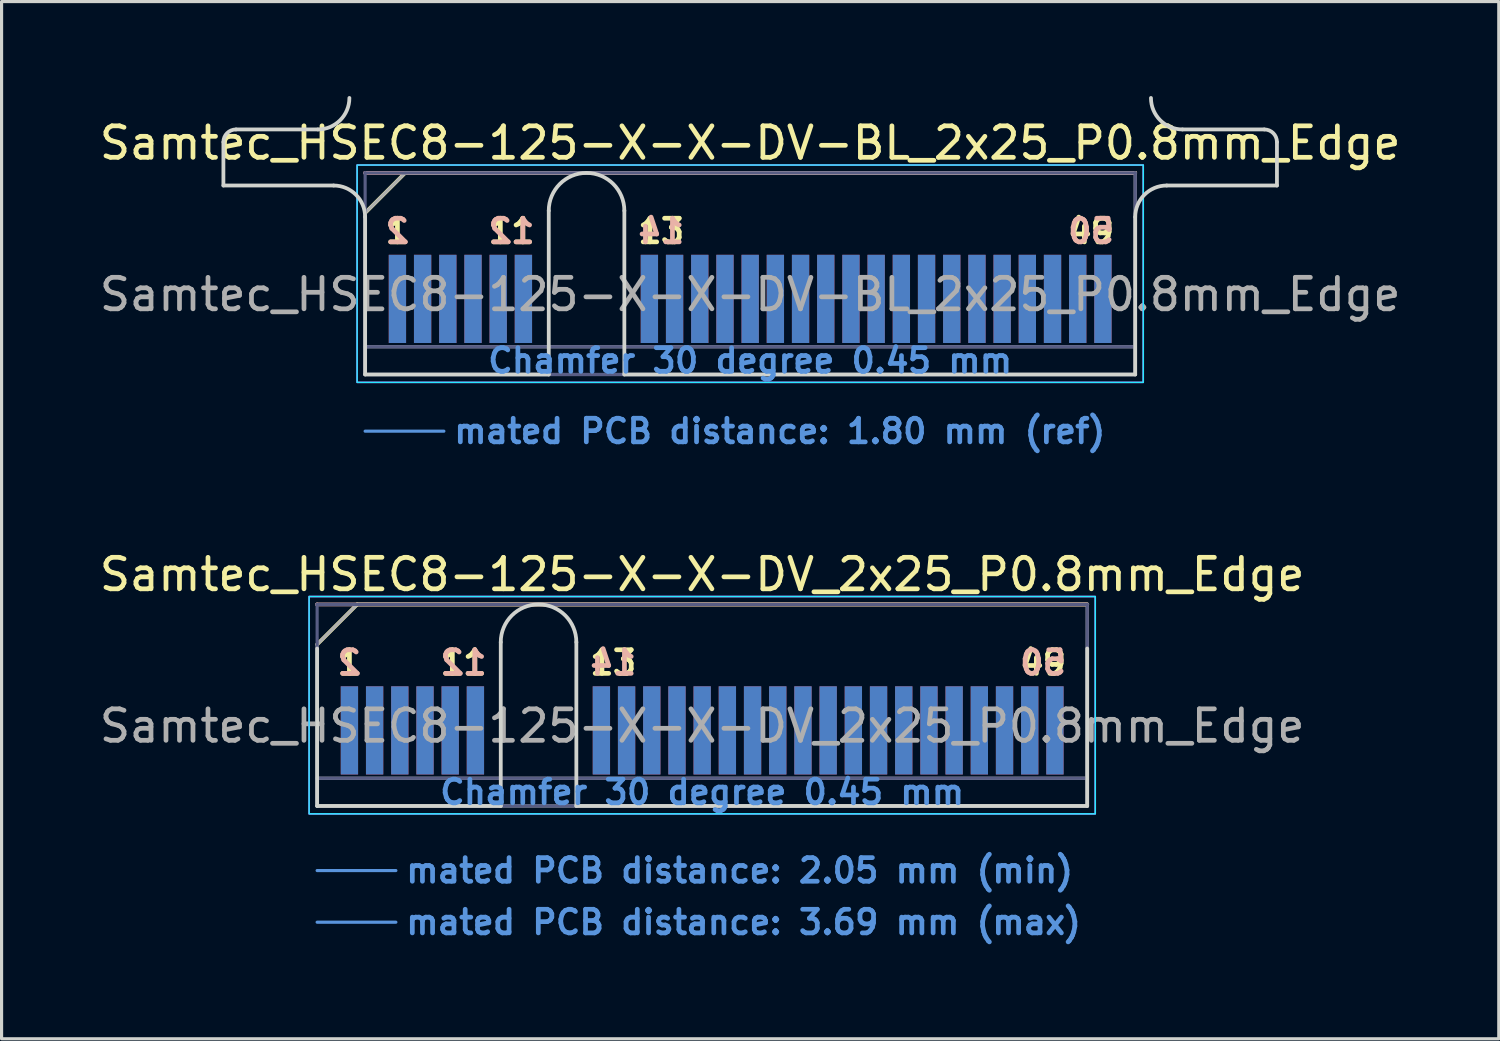
<source format=kicad_pcb>
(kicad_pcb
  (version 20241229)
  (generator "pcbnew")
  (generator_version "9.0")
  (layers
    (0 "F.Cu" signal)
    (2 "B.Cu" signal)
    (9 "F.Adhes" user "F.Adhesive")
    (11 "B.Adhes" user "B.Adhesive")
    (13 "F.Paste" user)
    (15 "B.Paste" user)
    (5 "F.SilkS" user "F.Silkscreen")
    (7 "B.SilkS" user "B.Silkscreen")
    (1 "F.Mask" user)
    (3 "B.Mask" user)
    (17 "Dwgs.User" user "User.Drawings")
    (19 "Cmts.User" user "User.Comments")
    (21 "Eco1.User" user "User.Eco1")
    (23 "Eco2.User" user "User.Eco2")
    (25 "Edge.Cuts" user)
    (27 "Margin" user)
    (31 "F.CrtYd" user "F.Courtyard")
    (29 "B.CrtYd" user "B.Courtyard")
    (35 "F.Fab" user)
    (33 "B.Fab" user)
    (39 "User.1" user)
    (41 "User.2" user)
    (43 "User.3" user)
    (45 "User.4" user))
  (footprint "Samtec_HSEC8-125-X-X-DV_2x25_P0.8mm_Edge"
    (layer "F.Cu")
    (at 19.244 22.54)
    (property "Reference" "Samtec_HSEC8-125-X-X-DV_2x25_P0.8mm_Edge" (at 0 -7.35 0) (layer "F.SilkS") (effects (font (size 1 1) (thickness 0.15))))
    (attr exclude_from_pos_files exclude_from_bom)
    (fp_line (start -12.225 -5.13) (end -10.955 -6.4) (stroke (width 0.12) (type solid)) (layer "F.SilkS"))
    (fp_line (start -10.955 -6.4) (end 12.225 -6.4) (stroke (width 0.12) (type solid)) (layer "F.SilkS"))
    (fp_line (start -12.225 -6.4) (end -12.225 -6.4) (stroke (width 0.12) (type solid)) (layer "B.SilkS"))
    (fp_line (start -12.225 -6.4) (end 12.225 -6.4) (stroke (width 0.12) (type solid)) (layer "B.SilkS"))
    (fp_line (start -12.225 2.05) (end -9.725 2.05) (stroke (width 0.1) (type solid)) (layer "Cmts.User"))
    (fp_line (start -12.225 3.69) (end -9.725 3.69) (stroke (width 0.1) (type solid)) (layer "Cmts.User"))
    (fp_line (start -12.225 -5) (end -12.225 0) (stroke (width 0.12) (type solid)) (layer "Edge.Cuts"))
    (fp_line (start -12.225 0) (end -6.395 0) (stroke (width 0.12) (type solid)) (layer "Edge.Cuts"))
    (fp_line (start -6.395 0) (end -6.395 -5.2) (stroke (width 0.12) (type solid)) (layer "Edge.Cuts"))
    (fp_line (start -3.995 -5.2) (end -3.995 0) (stroke (width 0.12) (type solid)) (layer "Edge.Cuts"))
    (fp_line (start -3.995 0) (end 12.225 0) (stroke (width 0.12) (type solid)) (layer "Edge.Cuts"))
    (fp_line (start 12.225 0) (end 12.225 -5) (stroke (width 0.12) (type solid)) (layer "Edge.Cuts"))
    (fp_arc (start -6.395 -5.2) (mid -5.195 -6.4) (end -3.995 -5.2) (stroke (width 0.12) (type solid)) (layer "Edge.Cuts"))
    (fp_rect (start -12.48 -6.65) (end 12.48 0.25) (stroke (width 0.05) (type solid)) (fill no) (layer "B.CrtYd"))
    (fp_rect (start -12.48 -6.65) (end 12.48 0.25) (stroke (width 0.05) (type solid)) (fill no) (layer "F.CrtYd"))
    (fp_line (start -12.225 -6.4) (end -12.225 -6.4) (stroke (width 0.1) (type solid)) (layer "B.Fab"))
    (fp_line (start -12.225 -6.4) (end -12.225 0) (stroke (width 0.1) (type solid)) (layer "B.Fab"))
    (fp_line (start -12.225 -6.4) (end 12.225 -6.4) (stroke (width 0.1) (type solid)) (layer "B.Fab"))
    (fp_line (start -12.225 -0.88) (end 12.225 -0.88) (stroke (width 0.1) (type solid)) (layer "B.Fab"))
    (fp_line (start -12.225 0) (end 12.225 0) (stroke (width 0.1) (type solid)) (layer "B.Fab"))
    (fp_line (start 12.225 -6.4) (end 12.225 0) (stroke (width 0.1) (type solid)) (layer "B.Fab"))
    (fp_line (start -12.225 -5.13) (end -12.225 0) (stroke (width 0.1) (type solid)) (layer "F.Fab"))
    (fp_line (start -12.225 -5.13) (end -10.955 -6.4) (stroke (width 0.1) (type solid)) (layer "F.Fab"))
    (fp_line (start -12.225 -0.88) (end 12.225 -0.88) (stroke (width 0.1) (type solid)) (layer "F.Fab"))
    (fp_line (start -12.225 0) (end 12.225 0) (stroke (width 0.1) (type solid)) (layer "F.Fab"))
    (fp_line (start -10.955 -6.4) (end 12.225 -6.4) (stroke (width 0.1) (type solid)) (layer "F.Fab"))
    (fp_line (start 12.225 -6.4) (end 12.225 0) (stroke (width 0.1) (type solid)) (layer "F.Fab"))
    (fp_text user "49" (at 10.825 -4.55 0) (layer "F.SilkS") (effects (font (size 0.75 0.75) (thickness 0.15))))
    (fp_text user "1" (at -11.2 -4.55 0) (layer "F.SilkS") (effects (font (size 0.75 0.75) (thickness 0.15))))
    (fp_text user "11" (at -7.575 -4.55 0) (layer "F.SilkS") (effects (font (size 0.75 0.75) (thickness 0.15))))
    (fp_text user "13" (at -2.825 -4.55 0) (layer "F.SilkS") (effects (font (size 0.75 0.75) (thickness 0.15))))
    (fp_text user "50" (at 10.825 -4.55 0) (layer "B.SilkS") (effects (font (size 0.75 0.75) (thickness 0.15)) (justify mirror)))
    (fp_text user "12" (at -7.575 -4.55 0) (layer "B.SilkS") (effects (font (size 0.75 0.75) (thickness 0.15)) (justify mirror)))
    (fp_text user "2" (at -11.2 -4.55 0) (layer "B.SilkS") (effects (font (size 0.75 0.75) (thickness 0.15)) (justify mirror)))
    (fp_text user "14" (at -2.825 -4.55 0) (layer "B.SilkS") (effects (font (size 0.75 0.75) (thickness 0.15)) (justify mirror)))
    (fp_text user "Chamfer 30 degree 0.45 mm" (at 0 -0.44 0) (layer "Cmts.User") (effects (font (size 0.75 0.75) (thickness 0.15))))
    (fp_text user "mated PCB distance: 2.05 mm (min)" (at -9.48 2.05 0) (layer "Cmts.User") (effects (font (size 0.75 0.75) (thickness 0.15)) (justify left)))
    (fp_text user "mated PCB distance: 3.69 mm (max)" (at -9.48 3.69 0) (layer "Cmts.User") (effects (font (size 0.75 0.75) (thickness 0.15)) (justify left)))
    (fp_text user "${REFERENCE}" (at 0 -2.54 0) (layer "F.Fab") (effects (font (size 1 1) (thickness 0.15))))
    (pad "1" connect rect (at -11.2 -2.4) (size 0.55 2.8) (layers "F.Cu" "F.Mask"))
    (pad "2" connect rect (at -11.2 -2.4) (size 0.55 2.8) (layers "B.Cu" "B.Mask"))
    (pad "3" connect rect (at -10.4 -2.4) (size 0.55 2.8) (layers "F.Cu" "F.Mask"))
    (pad "4" connect rect (at -10.4 -2.4) (size 0.55 2.8) (layers "B.Cu" "B.Mask"))
    (pad "5" connect rect (at -9.6 -2.4) (size 0.55 2.8) (layers "F.Cu" "F.Mask"))
    (pad "6" connect rect (at -9.6 -2.4) (size 0.55 2.8) (layers "B.Cu" "B.Mask"))
    (pad "7" connect rect (at -8.8 -2.4) (size 0.55 2.8) (layers "F.Cu" "F.Mask"))
    (pad "8" connect rect (at -8.8 -2.4) (size 0.55 2.8) (layers "B.Cu" "B.Mask"))
    (pad "9" connect rect (at -8 -2.4) (size 0.55 2.8) (layers "F.Cu" "F.Mask"))
    (pad "10" connect rect (at -8 -2.4) (size 0.55 2.8) (layers "B.Cu" "B.Mask"))
    (pad "11" connect rect (at -7.2 -2.4) (size 0.55 2.8) (layers "F.Cu" "F.Mask"))
    (pad "12" connect rect (at -7.2 -2.4) (size 0.55 2.8) (layers "B.Cu" "B.Mask"))
    (pad "13" connect rect (at -3.2 -2.4) (size 0.55 2.8) (layers "F.Cu" "F.Mask"))
    (pad "14" connect rect (at -3.2 -2.4) (size 0.55 2.8) (layers "B.Cu" "B.Mask"))
    (pad "15" connect rect (at -2.4 -2.4) (size 0.55 2.8) (layers "F.Cu" "F.Mask"))
    (pad "16" connect rect (at -2.4 -2.4) (size 0.55 2.8) (layers "B.Cu" "B.Mask"))
    (pad "17" connect rect (at -1.6 -2.4) (size 0.55 2.8) (layers "F.Cu" "F.Mask"))
    (pad "18" connect rect (at -1.6 -2.4) (size 0.55 2.8) (layers "B.Cu" "B.Mask"))
    (pad "19" connect rect (at -0.8 -2.4) (size 0.55 2.8) (layers "F.Cu" "F.Mask"))
    (pad "20" connect rect (at -0.8 -2.4) (size 0.55 2.8) (layers "B.Cu" "B.Mask"))
    (pad "21" connect rect (at 0 -2.4) (size 0.55 2.8) (layers "F.Cu" "F.Mask"))
    (pad "22" connect rect (at 0 -2.4) (size 0.55 2.8) (layers "B.Cu" "B.Mask"))
    (pad "23" connect rect (at 0.8 -2.4) (size 0.55 2.8) (layers "F.Cu" "F.Mask"))
    (pad "24" connect rect (at 0.8 -2.4) (size 0.55 2.8) (layers "B.Cu" "B.Mask"))
    (pad "25" connect rect (at 1.6 -2.4) (size 0.55 2.8) (layers "F.Cu" "F.Mask"))
    (pad "26" connect rect (at 1.6 -2.4) (size 0.55 2.8) (layers "B.Cu" "B.Mask"))
    (pad "27" connect rect (at 2.4 -2.4) (size 0.55 2.8) (layers "F.Cu" "F.Mask"))
    (pad "28" connect rect (at 2.4 -2.4) (size 0.55 2.8) (layers "B.Cu" "B.Mask"))
    (pad "29" connect rect (at 3.2 -2.4) (size 0.55 2.8) (layers "F.Cu" "F.Mask"))
    (pad "30" connect rect (at 3.2 -2.4) (size 0.55 2.8) (layers "B.Cu" "B.Mask"))
    (pad "31" connect rect (at 4 -2.4) (size 0.55 2.8) (layers "F.Cu" "F.Mask"))
    (pad "32" connect rect (at 4 -2.4) (size 0.55 2.8) (layers "B.Cu" "B.Mask"))
    (pad "33" connect rect (at 4.8 -2.4) (size 0.55 2.8) (layers "F.Cu" "F.Mask"))
    (pad "34" connect rect (at 4.8 -2.4) (size 0.55 2.8) (layers "B.Cu" "B.Mask"))
    (pad "35" connect rect (at 5.6 -2.4) (size 0.55 2.8) (layers "F.Cu" "F.Mask"))
    (pad "36" connect rect (at 5.6 -2.4) (size 0.55 2.8) (layers "B.Cu" "B.Mask"))
    (pad "37" connect rect (at 6.4 -2.4) (size 0.55 2.8) (layers "F.Cu" "F.Mask"))
    (pad "38" connect rect (at 6.4 -2.4) (size 0.55 2.8) (layers "B.Cu" "B.Mask"))
    (pad "39" connect rect (at 7.2 -2.4) (size 0.55 2.8) (layers "F.Cu" "F.Mask"))
    (pad "40" connect rect (at 7.2 -2.4) (size 0.55 2.8) (layers "B.Cu" "B.Mask"))
    (pad "41" connect rect (at 8 -2.4) (size 0.55 2.8) (layers "F.Cu" "F.Mask"))
    (pad "42" connect rect (at 8 -2.4) (size 0.55 2.8) (layers "B.Cu" "B.Mask"))
    (pad "43" connect rect (at 8.8 -2.4) (size 0.55 2.8) (layers "F.Cu" "F.Mask"))
    (pad "44" connect rect (at 8.8 -2.4) (size 0.55 2.8) (layers "B.Cu" "B.Mask"))
    (pad "45" connect rect (at 9.6 -2.4) (size 0.55 2.8) (layers "F.Cu" "F.Mask"))
    (pad "46" connect rect (at 9.6 -2.4) (size 0.55 2.8) (layers "B.Cu" "B.Mask"))
    (pad "47" connect rect (at 10.4 -2.4) (size 0.55 2.8) (layers "F.Cu" "F.Mask"))
    (pad "48" connect rect (at 10.4 -2.4) (size 0.55 2.8) (layers "B.Cu" "B.Mask"))
    (pad "49" connect rect (at 11.2 -2.4) (size 0.55 2.8) (layers "F.Cu" "F.Mask"))
    (pad "50" connect rect (at 11.2 -2.4) (size 0.55 2.8) (layers "B.Cu" "B.Mask")))
  (footprint "Samtec_HSEC8-125-X-X-DV-BL_2x25_P0.8mm_Edge"
    (layer "F.Cu")
    (at 20.768 8.84)
    (property "Reference" "Samtec_HSEC8-125-X-X-DV-BL_2x25_P0.8mm_Edge" (at 0 -7.35 0) (layer "F.SilkS") (effects (font (size 1 1) (thickness 0.15))))
    (attr exclude_from_pos_files exclude_from_bom)
    (fp_line (start -12.225 -5.13) (end -10.955 -6.4) (stroke (width 0.12) (type solid)) (layer "F.SilkS"))
    (fp_line (start -10.955 -6.4) (end 12.225 -6.4) (stroke (width 0.12) (type solid)) (layer "F.SilkS"))
    (fp_line (start -12.225 -6.4) (end -12.225 -6.4) (stroke (width 0.12) (type solid)) (layer "B.SilkS"))
    (fp_line (start -12.225 -6.4) (end 12.225 -6.4) (stroke (width 0.12) (type solid)) (layer "B.SilkS"))
    (fp_line (start -12.225 1.8) (end -9.725 1.8) (stroke (width 0.1) (type solid)) (layer "Cmts.User"))
    (fp_line (start -16.725 -6) (end -16.725 -7.38) (stroke (width 0.12) (type solid)) (layer "Edge.Cuts"))
    (fp_line (start -16.325 -7.78) (end -13.725 -7.78) (stroke (width 0.12) (type solid)) (layer "Edge.Cuts"))
    (fp_line (start -13.225 -6) (end -16.725 -6) (stroke (width 0.12) (type solid)) (layer "Edge.Cuts"))
    (fp_line (start -12.225 -5) (end -12.225 0) (stroke (width 0.12) (type solid)) (layer "Edge.Cuts"))
    (fp_line (start -12.225 0) (end -6.395 0) (stroke (width 0.12) (type solid)) (layer "Edge.Cuts"))
    (fp_line (start -6.395 0) (end -6.395 -5.2) (stroke (width 0.12) (type solid)) (layer "Edge.Cuts"))
    (fp_line (start -3.995 -5.2) (end -3.995 0) (stroke (width 0.12) (type solid)) (layer "Edge.Cuts"))
    (fp_line (start -3.995 0) (end 12.225 0) (stroke (width 0.12) (type solid)) (layer "Edge.Cuts"))
    (fp_line (start 12.225 0) (end 12.225 -5) (stroke (width 0.12) (type solid)) (layer "Edge.Cuts"))
    (fp_line (start 13.225 -6) (end 16.725 -6) (stroke (width 0.12) (type solid)) (layer "Edge.Cuts"))
    (fp_line (start 16.325 -7.78) (end 13.725 -7.78) (stroke (width 0.12) (type solid)) (layer "Edge.Cuts"))
    (fp_line (start 16.725 -6) (end 16.725 -7.38) (stroke (width 0.12) (type solid)) (layer "Edge.Cuts"))
    (fp_arc (start -16.725 -7.38) (mid -16.607843 -7.662843) (end -16.325 -7.78) (stroke (width 0.12) (type solid)) (layer "Edge.Cuts"))
    (fp_arc (start -13.225 -6) (mid -12.517893 -5.707107) (end -12.225 -5) (stroke (width 0.12) (type solid)) (layer "Edge.Cuts"))
    (fp_arc (start -12.725 -8.78) (mid -13.017893 -8.072893) (end -13.725 -7.78) (stroke (width 0.12) (type solid)) (layer "Edge.Cuts"))
    (fp_arc (start -6.395 -5.2) (mid -5.195 -6.4) (end -3.995 -5.2) (stroke (width 0.12) (type solid)) (layer "Edge.Cuts"))
    (fp_arc (start 12.225 -5) (mid 12.517893 -5.707107) (end 13.225 -6) (stroke (width 0.12) (type solid)) (layer "Edge.Cuts"))
    (fp_arc (start 13.725 -7.78) (mid 13.017893 -8.072893) (end 12.725 -8.78) (stroke (width 0.12) (type solid)) (layer "Edge.Cuts"))
    (fp_arc (start 16.325 -7.78) (mid 16.607843 -7.662843) (end 16.725 -7.38) (stroke (width 0.12) (type solid)) (layer "Edge.Cuts"))
    (fp_rect (start -12.48 -6.65) (end 12.48 0.25) (stroke (width 0.05) (type solid)) (fill no) (layer "B.CrtYd"))
    (fp_rect (start -12.48 -6.65) (end 12.48 0.25) (stroke (width 0.05) (type solid)) (fill no) (layer "F.CrtYd"))
    (fp_line (start -12.225 -6.4) (end -12.225 -6.4) (stroke (width 0.1) (type solid)) (layer "B.Fab"))
    (fp_line (start -12.225 -6.4) (end -12.225 0) (stroke (width 0.1) (type solid)) (layer "B.Fab"))
    (fp_line (start -12.225 -6.4) (end 12.225 -6.4) (stroke (width 0.1) (type solid)) (layer "B.Fab"))
    (fp_line (start -12.225 -0.88) (end 12.225 -0.88) (stroke (width 0.1) (type solid)) (layer "B.Fab"))
    (fp_line (start -12.225 0) (end 12.225 0) (stroke (width 0.1) (type solid)) (layer "B.Fab"))
    (fp_line (start 12.225 -6.4) (end 12.225 0) (stroke (width 0.1) (type solid)) (layer "B.Fab"))
    (fp_line (start -12.225 -5.13) (end -12.225 0) (stroke (width 0.1) (type solid)) (layer "F.Fab"))
    (fp_line (start -12.225 -5.13) (end -10.955 -6.4) (stroke (width 0.1) (type solid)) (layer "F.Fab"))
    (fp_line (start -12.225 -0.88) (end 12.225 -0.88) (stroke (width 0.1) (type solid)) (layer "F.Fab"))
    (fp_line (start -12.225 0) (end 12.225 0) (stroke (width 0.1) (type solid)) (layer "F.Fab"))
    (fp_line (start -10.955 -6.4) (end 12.225 -6.4) (stroke (width 0.1) (type solid)) (layer "F.Fab"))
    (fp_line (start 12.225 -6.4) (end 12.225 0) (stroke (width 0.1) (type solid)) (layer "F.Fab"))
    (fp_text user "49" (at 10.825 -4.55 0) (layer "F.SilkS") (effects (font (size 0.75 0.75) (thickness 0.15))))
    (fp_text user "11" (at -7.575 -4.55 0) (layer "F.SilkS") (effects (font (size 0.75 0.75) (thickness 0.15))))
    (fp_text user "1" (at -11.2 -4.55 0) (layer "F.SilkS") (effects (font (size 0.75 0.75) (thickness 0.15))))
    (fp_text user "13" (at -2.825 -4.55 0) (layer "F.SilkS") (effects (font (size 0.75 0.75) (thickness 0.15))))
    (fp_text user "2" (at -11.2 -4.55 0) (layer "B.SilkS") (effects (font (size 0.75 0.75) (thickness 0.15)) (justify mirror)))
    (fp_text user "50" (at 10.825 -4.55 0) (layer "B.SilkS") (effects (font (size 0.75 0.75) (thickness 0.15)) (justify mirror)))
    (fp_text user "14" (at -2.825 -4.55 0) (layer "B.SilkS") (effects (font (size 0.75 0.75) (thickness 0.15)) (justify mirror)))
    (fp_text user "12" (at -7.575 -4.55 0) (layer "B.SilkS") (effects (font (size 0.75 0.75) (thickness 0.15)) (justify mirror)))
    (fp_text user "Chamfer 30 degree 0.45 mm" (at 0 -0.44 0) (layer "Cmts.User") (effects (font (size 0.75 0.75) (thickness 0.15))))
    (fp_text user "mated PCB distance: 1.80 mm (ref)" (at -9.48 1.8 0) (layer "Cmts.User") (effects (font (size 0.75 0.75) (thickness 0.15)) (justify left)))
    (fp_text user "${REFERENCE}" (at 0 -2.54 0) (layer "F.Fab") (effects (font (size 1 1) (thickness 0.15))))
    (pad "1" connect rect (at -11.2 -2.4) (size 0.55 2.8) (layers "F.Cu" "F.Mask"))
    (pad "2" connect rect (at -11.2 -2.4) (size 0.55 2.8) (layers "B.Cu" "B.Mask"))
    (pad "3" connect rect (at -10.4 -2.4) (size 0.55 2.8) (layers "F.Cu" "F.Mask"))
    (pad "4" connect rect (at -10.4 -2.4) (size 0.55 2.8) (layers "B.Cu" "B.Mask"))
    (pad "5" connect rect (at -9.6 -2.4) (size 0.55 2.8) (layers "F.Cu" "F.Mask"))
    (pad "6" connect rect (at -9.6 -2.4) (size 0.55 2.8) (layers "B.Cu" "B.Mask"))
    (pad "7" connect rect (at -8.8 -2.4) (size 0.55 2.8) (layers "F.Cu" "F.Mask"))
    (pad "8" connect rect (at -8.8 -2.4) (size 0.55 2.8) (layers "B.Cu" "B.Mask"))
    (pad "9" connect rect (at -8 -2.4) (size 0.55 2.8) (layers "F.Cu" "F.Mask"))
    (pad "10" connect rect (at -8 -2.4) (size 0.55 2.8) (layers "B.Cu" "B.Mask"))
    (pad "11" connect rect (at -7.2 -2.4) (size 0.55 2.8) (layers "F.Cu" "F.Mask"))
    (pad "12" connect rect (at -7.2 -2.4) (size 0.55 2.8) (layers "B.Cu" "B.Mask"))
    (pad "13" connect rect (at -3.2 -2.4) (size 0.55 2.8) (layers "F.Cu" "F.Mask"))
    (pad "14" connect rect (at -3.2 -2.4) (size 0.55 2.8) (layers "B.Cu" "B.Mask"))
    (pad "15" connect rect (at -2.4 -2.4) (size 0.55 2.8) (layers "F.Cu" "F.Mask"))
    (pad "16" connect rect (at -2.4 -2.4) (size 0.55 2.8) (layers "B.Cu" "B.Mask"))
    (pad "17" connect rect (at -1.6 -2.4) (size 0.55 2.8) (layers "F.Cu" "F.Mask"))
    (pad "18" connect rect (at -1.6 -2.4) (size 0.55 2.8) (layers "B.Cu" "B.Mask"))
    (pad "19" connect rect (at -0.8 -2.4) (size 0.55 2.8) (layers "F.Cu" "F.Mask"))
    (pad "20" connect rect (at -0.8 -2.4) (size 0.55 2.8) (layers "B.Cu" "B.Mask"))
    (pad "21" connect rect (at 0 -2.4) (size 0.55 2.8) (layers "F.Cu" "F.Mask"))
    (pad "22" connect rect (at 0 -2.4) (size 0.55 2.8) (layers "B.Cu" "B.Mask"))
    (pad "23" connect rect (at 0.8 -2.4) (size 0.55 2.8) (layers "F.Cu" "F.Mask"))
    (pad "24" connect rect (at 0.8 -2.4) (size 0.55 2.8) (layers "B.Cu" "B.Mask"))
    (pad "25" connect rect (at 1.6 -2.4) (size 0.55 2.8) (layers "F.Cu" "F.Mask"))
    (pad "26" connect rect (at 1.6 -2.4) (size 0.55 2.8) (layers "B.Cu" "B.Mask"))
    (pad "27" connect rect (at 2.4 -2.4) (size 0.55 2.8) (layers "F.Cu" "F.Mask"))
    (pad "28" connect rect (at 2.4 -2.4) (size 0.55 2.8) (layers "B.Cu" "B.Mask"))
    (pad "29" connect rect (at 3.2 -2.4) (size 0.55 2.8) (layers "F.Cu" "F.Mask"))
    (pad "30" connect rect (at 3.2 -2.4) (size 0.55 2.8) (layers "B.Cu" "B.Mask"))
    (pad "31" connect rect (at 4 -2.4) (size 0.55 2.8) (layers "F.Cu" "F.Mask"))
    (pad "32" connect rect (at 4 -2.4) (size 0.55 2.8) (layers "B.Cu" "B.Mask"))
    (pad "33" connect rect (at 4.8 -2.4) (size 0.55 2.8) (layers "F.Cu" "F.Mask"))
    (pad "34" connect rect (at 4.8 -2.4) (size 0.55 2.8) (layers "B.Cu" "B.Mask"))
    (pad "35" connect rect (at 5.6 -2.4) (size 0.55 2.8) (layers "F.Cu" "F.Mask"))
    (pad "36" connect rect (at 5.6 -2.4) (size 0.55 2.8) (layers "B.Cu" "B.Mask"))
    (pad "37" connect rect (at 6.4 -2.4) (size 0.55 2.8) (layers "F.Cu" "F.Mask"))
    (pad "38" connect rect (at 6.4 -2.4) (size 0.55 2.8) (layers "B.Cu" "B.Mask"))
    (pad "39" connect rect (at 7.2 -2.4) (size 0.55 2.8) (layers "F.Cu" "F.Mask"))
    (pad "40" connect rect (at 7.2 -2.4) (size 0.55 2.8) (layers "B.Cu" "B.Mask"))
    (pad "41" connect rect (at 8 -2.4) (size 0.55 2.8) (layers "F.Cu" "F.Mask"))
    (pad "42" connect rect (at 8 -2.4) (size 0.55 2.8) (layers "B.Cu" "B.Mask"))
    (pad "43" connect rect (at 8.8 -2.4) (size 0.55 2.8) (layers "F.Cu" "F.Mask"))
    (pad "44" connect rect (at 8.8 -2.4) (size 0.55 2.8) (layers "B.Cu" "B.Mask"))
    (pad "45" connect rect (at 9.6 -2.4) (size 0.55 2.8) (layers "F.Cu" "F.Mask"))
    (pad "46" connect rect (at 9.6 -2.4) (size 0.55 2.8) (layers "B.Cu" "B.Mask"))
    (pad "47" connect rect (at 10.4 -2.4) (size 0.55 2.8) (layers "F.Cu" "F.Mask"))
    (pad "48" connect rect (at 10.4 -2.4) (size 0.55 2.8) (layers "B.Cu" "B.Mask"))
    (pad "49" connect rect (at 11.2 -2.4) (size 0.55 2.8) (layers "F.Cu" "F.Mask"))
    (pad "50" connect rect (at 11.2 -2.4) (size 0.55 2.8) (layers "B.Cu" "B.Mask")))
  (gr_rect
    (start -3 -3)
    (end 44.536 29.932)
    (stroke (width 0.1) (type default))
    (fill no)
    (layer "Edge.Cuts")))
</source>
